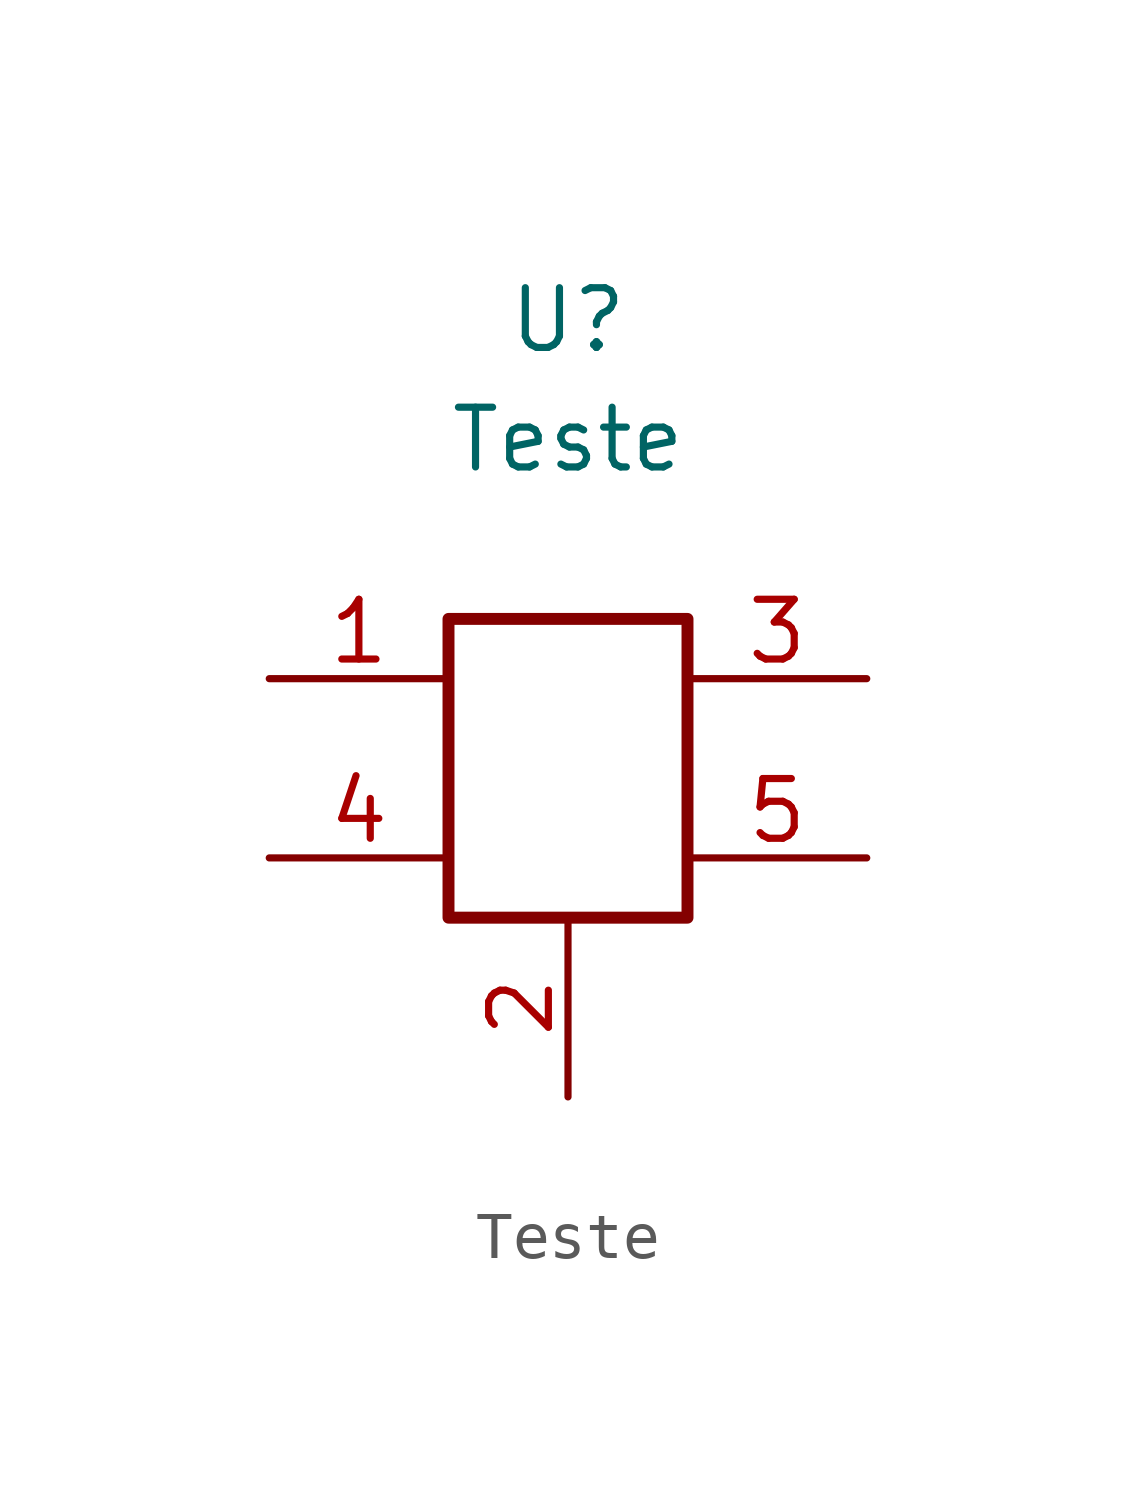
<source format=kicad_sym>
(kicad_symbol_lib
  (version 20211014)
  (generator kicad_symbol_editor)
  (symbol "Teste"
    (property "Reference" "U"
      (at 0 2.54 0)
      (effects (font (size 1.27 1.27))))
    (property "Value" "Teste"
      (at 0 0 0)
      (effects (font (size 1.27 1.27))))
    (symbol "Teste_0_1"
      (rectangle (start -2.54 -3.81) (end 2.54 -10.16) (stroke (width 0.254) (type default) (color 0 0 0 0)) (fill (type none))))
    (symbol "Teste_1_1"
      (pin passive line (at -6.35 -5.08 0) (length 3.81) (name "" (effects (font (size 1.27 1.27)))) (number "1" (effects (font (size 1.27 1.27)))))
      (pin passive line (at 0 -13.97 90) (length 3.81) (name "" (effects (font (size 1.27 1.27)))) (number "2" (effects (font (size 1.27 1.27)))))
      (pin passive line (at 6.35 -5.08 180) (length 3.81) (name "" (effects (font (size 1.27 1.27)))) (number "3" (effects (font (size 1.27 1.27)))))
      (pin passive line (at -6.35 -8.89 0) (length 3.81) (name "" (effects (font (size 1.27 1.27)))) (number "4" (effects (font (size 1.27 1.27)))))
      (pin passive line (at 6.35 -8.89 180) (length 3.81) (name "" (effects (font (size 1.27 1.27)))) (number "5" (effects (font (size 1.27 1.27))))))))
</source>
